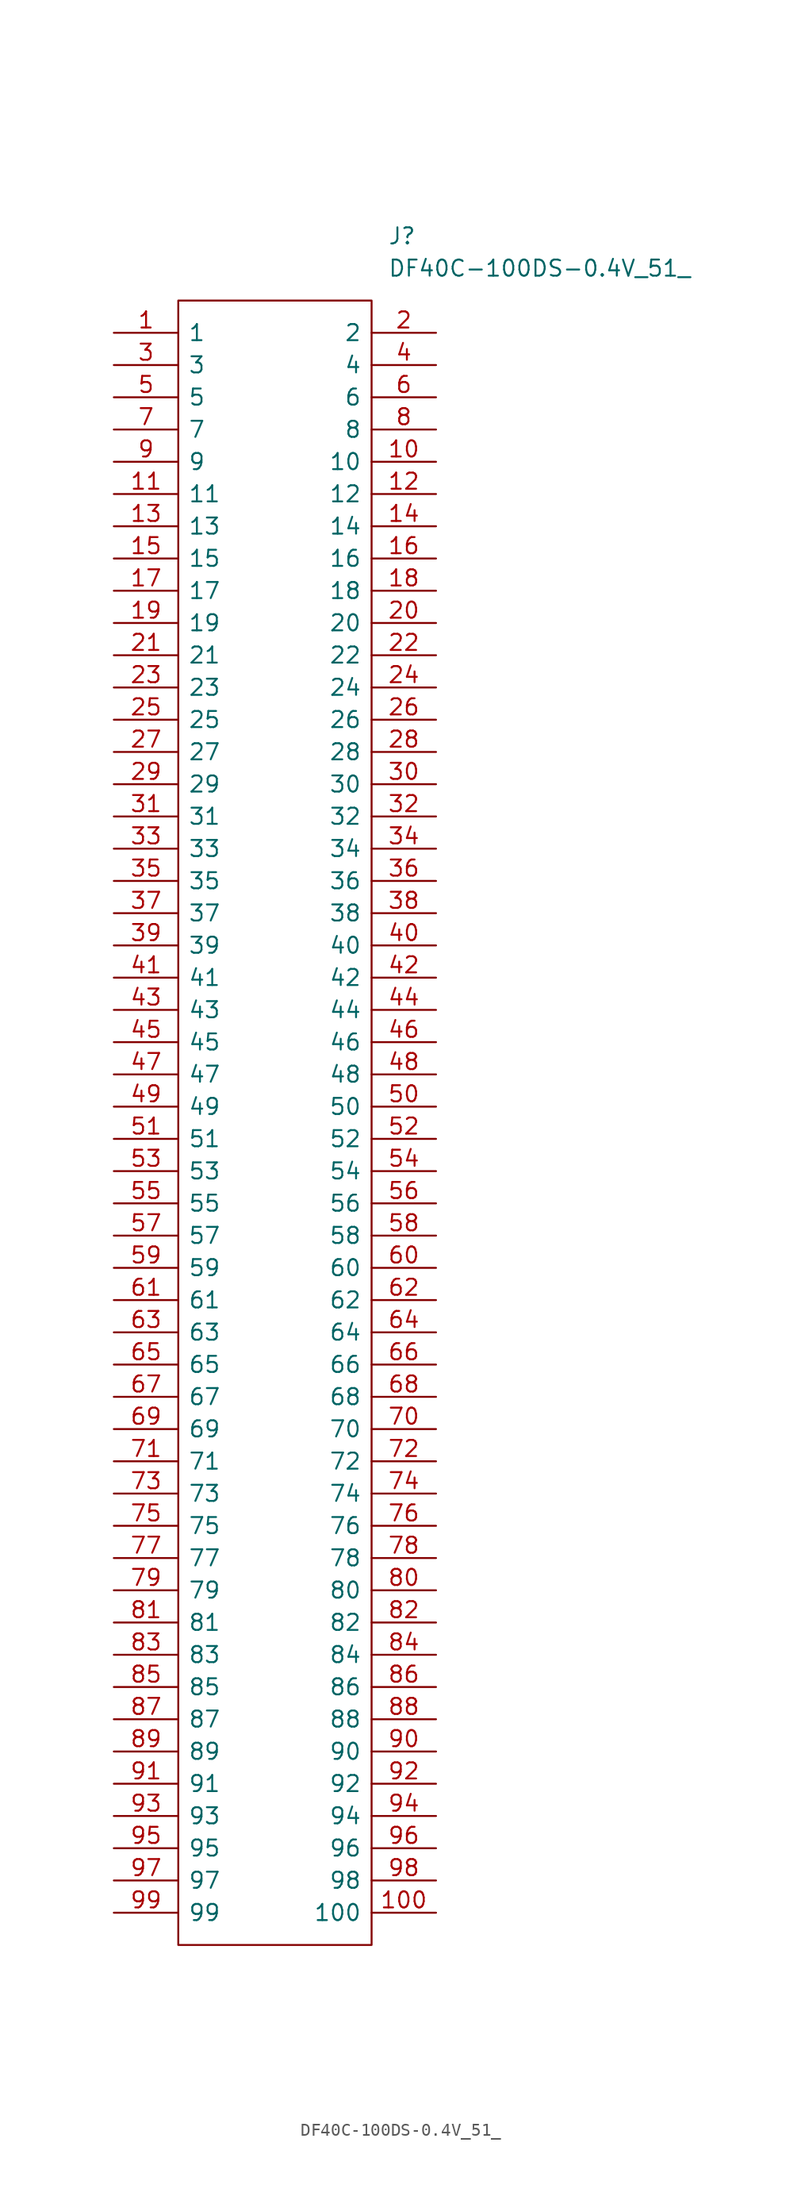
<source format=kicad_sym>
(kicad_symbol_lib
  (version 20211014)
  (generator kicad_symbol_editor)
  (symbol "DF40C-100DS-0.4V_51_"
    (pin_names
      (offset 0.762))
    (property "Reference" "J"
      (at 21.59 7.62 0)
      (effects (font (size 1.27 1.27)) (justify left)))
    (property "Value" "DF40C-100DS-0.4V_51_"
      (at 21.59 5.08 0)
      (effects (font (size 1.27 1.27)) (justify left)))
    (symbol "DF40C-100DS-0.4V_51__0_0"
      (pin passive line (at 0 0 0) (length 5.08) (name "1" (effects (font (size 1.27 1.27)))) (number "1" (effects (font (size 1.27 1.27)))))
      (pin passive line (at 25.4 -10.16 180) (length 5.08) (name "10" (effects (font (size 1.27 1.27)))) (number "10" (effects (font (size 1.27 1.27)))))
      (pin passive line (at 25.4 -124.46 180) (length 5.08) (name "100" (effects (font (size 1.27 1.27)))) (number "100" (effects (font (size 1.27 1.27)))))
      (pin passive line (at 0 -12.7 0) (length 5.08) (name "11" (effects (font (size 1.27 1.27)))) (number "11" (effects (font (size 1.27 1.27)))))
      (pin passive line (at 25.4 -12.7 180) (length 5.08) (name "12" (effects (font (size 1.27 1.27)))) (number "12" (effects (font (size 1.27 1.27)))))
      (pin passive line (at 0 -15.24 0) (length 5.08) (name "13" (effects (font (size 1.27 1.27)))) (number "13" (effects (font (size 1.27 1.27)))))
      (pin passive line (at 25.4 -15.24 180) (length 5.08) (name "14" (effects (font (size 1.27 1.27)))) (number "14" (effects (font (size 1.27 1.27)))))
      (pin passive line (at 0 -17.78 0) (length 5.08) (name "15" (effects (font (size 1.27 1.27)))) (number "15" (effects (font (size 1.27 1.27)))))
      (pin passive line (at 25.4 -17.78 180) (length 5.08) (name "16" (effects (font (size 1.27 1.27)))) (number "16" (effects (font (size 1.27 1.27)))))
      (pin passive line (at 0 -20.32 0) (length 5.08) (name "17" (effects (font (size 1.27 1.27)))) (number "17" (effects (font (size 1.27 1.27)))))
      (pin passive line (at 25.4 -20.32 180) (length 5.08) (name "18" (effects (font (size 1.27 1.27)))) (number "18" (effects (font (size 1.27 1.27)))))
      (pin passive line (at 0 -22.86 0) (length 5.08) (name "19" (effects (font (size 1.27 1.27)))) (number "19" (effects (font (size 1.27 1.27)))))
      (pin passive line (at 25.4 0 180) (length 5.08) (name "2" (effects (font (size 1.27 1.27)))) (number "2" (effects (font (size 1.27 1.27)))))
      (pin passive line (at 25.4 -22.86 180) (length 5.08) (name "20" (effects (font (size 1.27 1.27)))) (number "20" (effects (font (size 1.27 1.27)))))
      (pin passive line (at 0 -25.4 0) (length 5.08) (name "21" (effects (font (size 1.27 1.27)))) (number "21" (effects (font (size 1.27 1.27)))))
      (pin passive line (at 25.4 -25.4 180) (length 5.08) (name "22" (effects (font (size 1.27 1.27)))) (number "22" (effects (font (size 1.27 1.27)))))
      (pin passive line (at 0 -27.94 0) (length 5.08) (name "23" (effects (font (size 1.27 1.27)))) (number "23" (effects (font (size 1.27 1.27)))))
      (pin passive line (at 25.4 -27.94 180) (length 5.08) (name "24" (effects (font (size 1.27 1.27)))) (number "24" (effects (font (size 1.27 1.27)))))
      (pin passive line (at 0 -30.48 0) (length 5.08) (name "25" (effects (font (size 1.27 1.27)))) (number "25" (effects (font (size 1.27 1.27)))))
      (pin passive line (at 25.4 -30.48 180) (length 5.08) (name "26" (effects (font (size 1.27 1.27)))) (number "26" (effects (font (size 1.27 1.27)))))
      (pin passive line (at 0 -33.02 0) (length 5.08) (name "27" (effects (font (size 1.27 1.27)))) (number "27" (effects (font (size 1.27 1.27)))))
      (pin passive line (at 25.4 -33.02 180) (length 5.08) (name "28" (effects (font (size 1.27 1.27)))) (number "28" (effects (font (size 1.27 1.27)))))
      (pin passive line (at 0 -35.56 0) (length 5.08) (name "29" (effects (font (size 1.27 1.27)))) (number "29" (effects (font (size 1.27 1.27)))))
      (pin passive line (at 0 -2.54 0) (length 5.08) (name "3" (effects (font (size 1.27 1.27)))) (number "3" (effects (font (size 1.27 1.27)))))
      (pin passive line (at 25.4 -35.56 180) (length 5.08) (name "30" (effects (font (size 1.27 1.27)))) (number "30" (effects (font (size 1.27 1.27)))))
      (pin passive line (at 0 -38.1 0) (length 5.08) (name "31" (effects (font (size 1.27 1.27)))) (number "31" (effects (font (size 1.27 1.27)))))
      (pin passive line (at 25.4 -38.1 180) (length 5.08) (name "32" (effects (font (size 1.27 1.27)))) (number "32" (effects (font (size 1.27 1.27)))))
      (pin passive line (at 0 -40.64 0) (length 5.08) (name "33" (effects (font (size 1.27 1.27)))) (number "33" (effects (font (size 1.27 1.27)))))
      (pin passive line (at 25.4 -40.64 180) (length 5.08) (name "34" (effects (font (size 1.27 1.27)))) (number "34" (effects (font (size 1.27 1.27)))))
      (pin passive line (at 0 -43.18 0) (length 5.08) (name "35" (effects (font (size 1.27 1.27)))) (number "35" (effects (font (size 1.27 1.27)))))
      (pin passive line (at 25.4 -43.18 180) (length 5.08) (name "36" (effects (font (size 1.27 1.27)))) (number "36" (effects (font (size 1.27 1.27)))))
      (pin passive line (at 0 -45.72 0) (length 5.08) (name "37" (effects (font (size 1.27 1.27)))) (number "37" (effects (font (size 1.27 1.27)))))
      (pin passive line (at 25.4 -45.72 180) (length 5.08) (name "38" (effects (font (size 1.27 1.27)))) (number "38" (effects (font (size 1.27 1.27)))))
      (pin passive line (at 0 -48.26 0) (length 5.08) (name "39" (effects (font (size 1.27 1.27)))) (number "39" (effects (font (size 1.27 1.27)))))
      (pin passive line (at 25.4 -2.54 180) (length 5.08) (name "4" (effects (font (size 1.27 1.27)))) (number "4" (effects (font (size 1.27 1.27)))))
      (pin passive line (at 25.4 -48.26 180) (length 5.08) (name "40" (effects (font (size 1.27 1.27)))) (number "40" (effects (font (size 1.27 1.27)))))
      (pin passive line (at 0 -50.8 0) (length 5.08) (name "41" (effects (font (size 1.27 1.27)))) (number "41" (effects (font (size 1.27 1.27)))))
      (pin passive line (at 25.4 -50.8 180) (length 5.08) (name "42" (effects (font (size 1.27 1.27)))) (number "42" (effects (font (size 1.27 1.27)))))
      (pin passive line (at 0 -53.34 0) (length 5.08) (name "43" (effects (font (size 1.27 1.27)))) (number "43" (effects (font (size 1.27 1.27)))))
      (pin passive line (at 25.4 -53.34 180) (length 5.08) (name "44" (effects (font (size 1.27 1.27)))) (number "44" (effects (font (size 1.27 1.27)))))
      (pin passive line (at 0 -55.88 0) (length 5.08) (name "45" (effects (font (size 1.27 1.27)))) (number "45" (effects (font (size 1.27 1.27)))))
      (pin passive line (at 25.4 -55.88 180) (length 5.08) (name "46" (effects (font (size 1.27 1.27)))) (number "46" (effects (font (size 1.27 1.27)))))
      (pin passive line (at 0 -58.42 0) (length 5.08) (name "47" (effects (font (size 1.27 1.27)))) (number "47" (effects (font (size 1.27 1.27)))))
      (pin passive line (at 25.4 -58.42 180) (length 5.08) (name "48" (effects (font (size 1.27 1.27)))) (number "48" (effects (font (size 1.27 1.27)))))
      (pin passive line (at 0 -60.96 0) (length 5.08) (name "49" (effects (font (size 1.27 1.27)))) (number "49" (effects (font (size 1.27 1.27)))))
      (pin passive line (at 0 -5.08 0) (length 5.08) (name "5" (effects (font (size 1.27 1.27)))) (number "5" (effects (font (size 1.27 1.27)))))
      (pin passive line (at 25.4 -60.96 180) (length 5.08) (name "50" (effects (font (size 1.27 1.27)))) (number "50" (effects (font (size 1.27 1.27)))))
      (pin passive line (at 0 -63.5 0) (length 5.08) (name "51" (effects (font (size 1.27 1.27)))) (number "51" (effects (font (size 1.27 1.27)))))
      (pin passive line (at 25.4 -63.5 180) (length 5.08) (name "52" (effects (font (size 1.27 1.27)))) (number "52" (effects (font (size 1.27 1.27)))))
      (pin passive line (at 0 -66.04 0) (length 5.08) (name "53" (effects (font (size 1.27 1.27)))) (number "53" (effects (font (size 1.27 1.27)))))
      (pin passive line (at 25.4 -66.04 180) (length 5.08) (name "54" (effects (font (size 1.27 1.27)))) (number "54" (effects (font (size 1.27 1.27)))))
      (pin passive line (at 0 -68.58 0) (length 5.08) (name "55" (effects (font (size 1.27 1.27)))) (number "55" (effects (font (size 1.27 1.27)))))
      (pin passive line (at 25.4 -68.58 180) (length 5.08) (name "56" (effects (font (size 1.27 1.27)))) (number "56" (effects (font (size 1.27 1.27)))))
      (pin passive line (at 0 -71.12 0) (length 5.08) (name "57" (effects (font (size 1.27 1.27)))) (number "57" (effects (font (size 1.27 1.27)))))
      (pin passive line (at 25.4 -71.12 180) (length 5.08) (name "58" (effects (font (size 1.27 1.27)))) (number "58" (effects (font (size 1.27 1.27)))))
      (pin passive line (at 0 -73.66 0) (length 5.08) (name "59" (effects (font (size 1.27 1.27)))) (number "59" (effects (font (size 1.27 1.27)))))
      (pin passive line (at 25.4 -5.08 180) (length 5.08) (name "6" (effects (font (size 1.27 1.27)))) (number "6" (effects (font (size 1.27 1.27)))))
      (pin passive line (at 25.4 -73.66 180) (length 5.08) (name "60" (effects (font (size 1.27 1.27)))) (number "60" (effects (font (size 1.27 1.27)))))
      (pin passive line (at 0 -76.2 0) (length 5.08) (name "61" (effects (font (size 1.27 1.27)))) (number "61" (effects (font (size 1.27 1.27)))))
      (pin passive line (at 25.4 -76.2 180) (length 5.08) (name "62" (effects (font (size 1.27 1.27)))) (number "62" (effects (font (size 1.27 1.27)))))
      (pin passive line (at 0 -78.74 0) (length 5.08) (name "63" (effects (font (size 1.27 1.27)))) (number "63" (effects (font (size 1.27 1.27)))))
      (pin passive line (at 25.4 -78.74 180) (length 5.08) (name "64" (effects (font (size 1.27 1.27)))) (number "64" (effects (font (size 1.27 1.27)))))
      (pin passive line (at 0 -81.28 0) (length 5.08) (name "65" (effects (font (size 1.27 1.27)))) (number "65" (effects (font (size 1.27 1.27)))))
      (pin passive line (at 25.4 -81.28 180) (length 5.08) (name "66" (effects (font (size 1.27 1.27)))) (number "66" (effects (font (size 1.27 1.27)))))
      (pin passive line (at 0 -83.82 0) (length 5.08) (name "67" (effects (font (size 1.27 1.27)))) (number "67" (effects (font (size 1.27 1.27)))))
      (pin passive line (at 25.4 -83.82 180) (length 5.08) (name "68" (effects (font (size 1.27 1.27)))) (number "68" (effects (font (size 1.27 1.27)))))
      (pin passive line (at 0 -86.36 0) (length 5.08) (name "69" (effects (font (size 1.27 1.27)))) (number "69" (effects (font (size 1.27 1.27)))))
      (pin passive line (at 0 -7.62 0) (length 5.08) (name "7" (effects (font (size 1.27 1.27)))) (number "7" (effects (font (size 1.27 1.27)))))
      (pin passive line (at 25.4 -86.36 180) (length 5.08) (name "70" (effects (font (size 1.27 1.27)))) (number "70" (effects (font (size 1.27 1.27)))))
      (pin passive line (at 0 -88.9 0) (length 5.08) (name "71" (effects (font (size 1.27 1.27)))) (number "71" (effects (font (size 1.27 1.27)))))
      (pin passive line (at 25.4 -88.9 180) (length 5.08) (name "72" (effects (font (size 1.27 1.27)))) (number "72" (effects (font (size 1.27 1.27)))))
      (pin passive line (at 0 -91.44 0) (length 5.08) (name "73" (effects (font (size 1.27 1.27)))) (number "73" (effects (font (size 1.27 1.27)))))
      (pin passive line (at 25.4 -91.44 180) (length 5.08) (name "74" (effects (font (size 1.27 1.27)))) (number "74" (effects (font (size 1.27 1.27)))))
      (pin passive line (at 0 -93.98 0) (length 5.08) (name "75" (effects (font (size 1.27 1.27)))) (number "75" (effects (font (size 1.27 1.27)))))
      (pin passive line (at 25.4 -93.98 180) (length 5.08) (name "76" (effects (font (size 1.27 1.27)))) (number "76" (effects (font (size 1.27 1.27)))))
      (pin passive line (at 0 -96.52 0) (length 5.08) (name "77" (effects (font (size 1.27 1.27)))) (number "77" (effects (font (size 1.27 1.27)))))
      (pin passive line (at 25.4 -96.52 180) (length 5.08) (name "78" (effects (font (size 1.27 1.27)))) (number "78" (effects (font (size 1.27 1.27)))))
      (pin passive line (at 0 -99.06 0) (length 5.08) (name "79" (effects (font (size 1.27 1.27)))) (number "79" (effects (font (size 1.27 1.27)))))
      (pin passive line (at 25.4 -7.62 180) (length 5.08) (name "8" (effects (font (size 1.27 1.27)))) (number "8" (effects (font (size 1.27 1.27)))))
      (pin passive line (at 25.4 -99.06 180) (length 5.08) (name "80" (effects (font (size 1.27 1.27)))) (number "80" (effects (font (size 1.27 1.27)))))
      (pin passive line (at 0 -101.6 0) (length 5.08) (name "81" (effects (font (size 1.27 1.27)))) (number "81" (effects (font (size 1.27 1.27)))))
      (pin passive line (at 25.4 -101.6 180) (length 5.08) (name "82" (effects (font (size 1.27 1.27)))) (number "82" (effects (font (size 1.27 1.27)))))
      (pin passive line (at 0 -104.14 0) (length 5.08) (name "83" (effects (font (size 1.27 1.27)))) (number "83" (effects (font (size 1.27 1.27)))))
      (pin passive line (at 25.4 -104.14 180) (length 5.08) (name "84" (effects (font (size 1.27 1.27)))) (number "84" (effects (font (size 1.27 1.27)))))
      (pin passive line (at 0 -106.68 0) (length 5.08) (name "85" (effects (font (size 1.27 1.27)))) (number "85" (effects (font (size 1.27 1.27)))))
      (pin passive line (at 25.4 -106.68 180) (length 5.08) (name "86" (effects (font (size 1.27 1.27)))) (number "86" (effects (font (size 1.27 1.27)))))
      (pin passive line (at 0 -109.22 0) (length 5.08) (name "87" (effects (font (size 1.27 1.27)))) (number "87" (effects (font (size 1.27 1.27)))))
      (pin passive line (at 25.4 -109.22 180) (length 5.08) (name "88" (effects (font (size 1.27 1.27)))) (number "88" (effects (font (size 1.27 1.27)))))
      (pin passive line (at 0 -111.76 0) (length 5.08) (name "89" (effects (font (size 1.27 1.27)))) (number "89" (effects (font (size 1.27 1.27)))))
      (pin passive line (at 0 -10.16 0) (length 5.08) (name "9" (effects (font (size 1.27 1.27)))) (number "9" (effects (font (size 1.27 1.27)))))
      (pin passive line (at 25.4 -111.76 180) (length 5.08) (name "90" (effects (font (size 1.27 1.27)))) (number "90" (effects (font (size 1.27 1.27)))))
      (pin passive line (at 0 -114.3 0) (length 5.08) (name "91" (effects (font (size 1.27 1.27)))) (number "91" (effects (font (size 1.27 1.27)))))
      (pin passive line (at 25.4 -114.3 180) (length 5.08) (name "92" (effects (font (size 1.27 1.27)))) (number "92" (effects (font (size 1.27 1.27)))))
      (pin passive line (at 0 -116.84 0) (length 5.08) (name "93" (effects (font (size 1.27 1.27)))) (number "93" (effects (font (size 1.27 1.27)))))
      (pin passive line (at 25.4 -116.84 180) (length 5.08) (name "94" (effects (font (size 1.27 1.27)))) (number "94" (effects (font (size 1.27 1.27)))))
      (pin passive line (at 0 -119.38 0) (length 5.08) (name "95" (effects (font (size 1.27 1.27)))) (number "95" (effects (font (size 1.27 1.27)))))
      (pin passive line (at 25.4 -119.38 180) (length 5.08) (name "96" (effects (font (size 1.27 1.27)))) (number "96" (effects (font (size 1.27 1.27)))))
      (pin passive line (at 0 -121.92 0) (length 5.08) (name "97" (effects (font (size 1.27 1.27)))) (number "97" (effects (font (size 1.27 1.27)))))
      (pin passive line (at 25.4 -121.92 180) (length 5.08) (name "98" (effects (font (size 1.27 1.27)))) (number "98" (effects (font (size 1.27 1.27)))))
      (pin passive line (at 0 -124.46 0) (length 5.08) (name "99" (effects (font (size 1.27 1.27)))) (number "99" (effects (font (size 1.27 1.27))))))
    (symbol "DF40C-100DS-0.4V_51__0_1"
      (polyline (pts (xy 5.08 2.54) (xy 20.32 2.54) (xy 20.32 -127) (xy 5.08 -127) (xy 5.08 2.54)) (stroke (width 0.152) (type default) (color 0 0 0 0)) (fill (type none))))))
</source>
